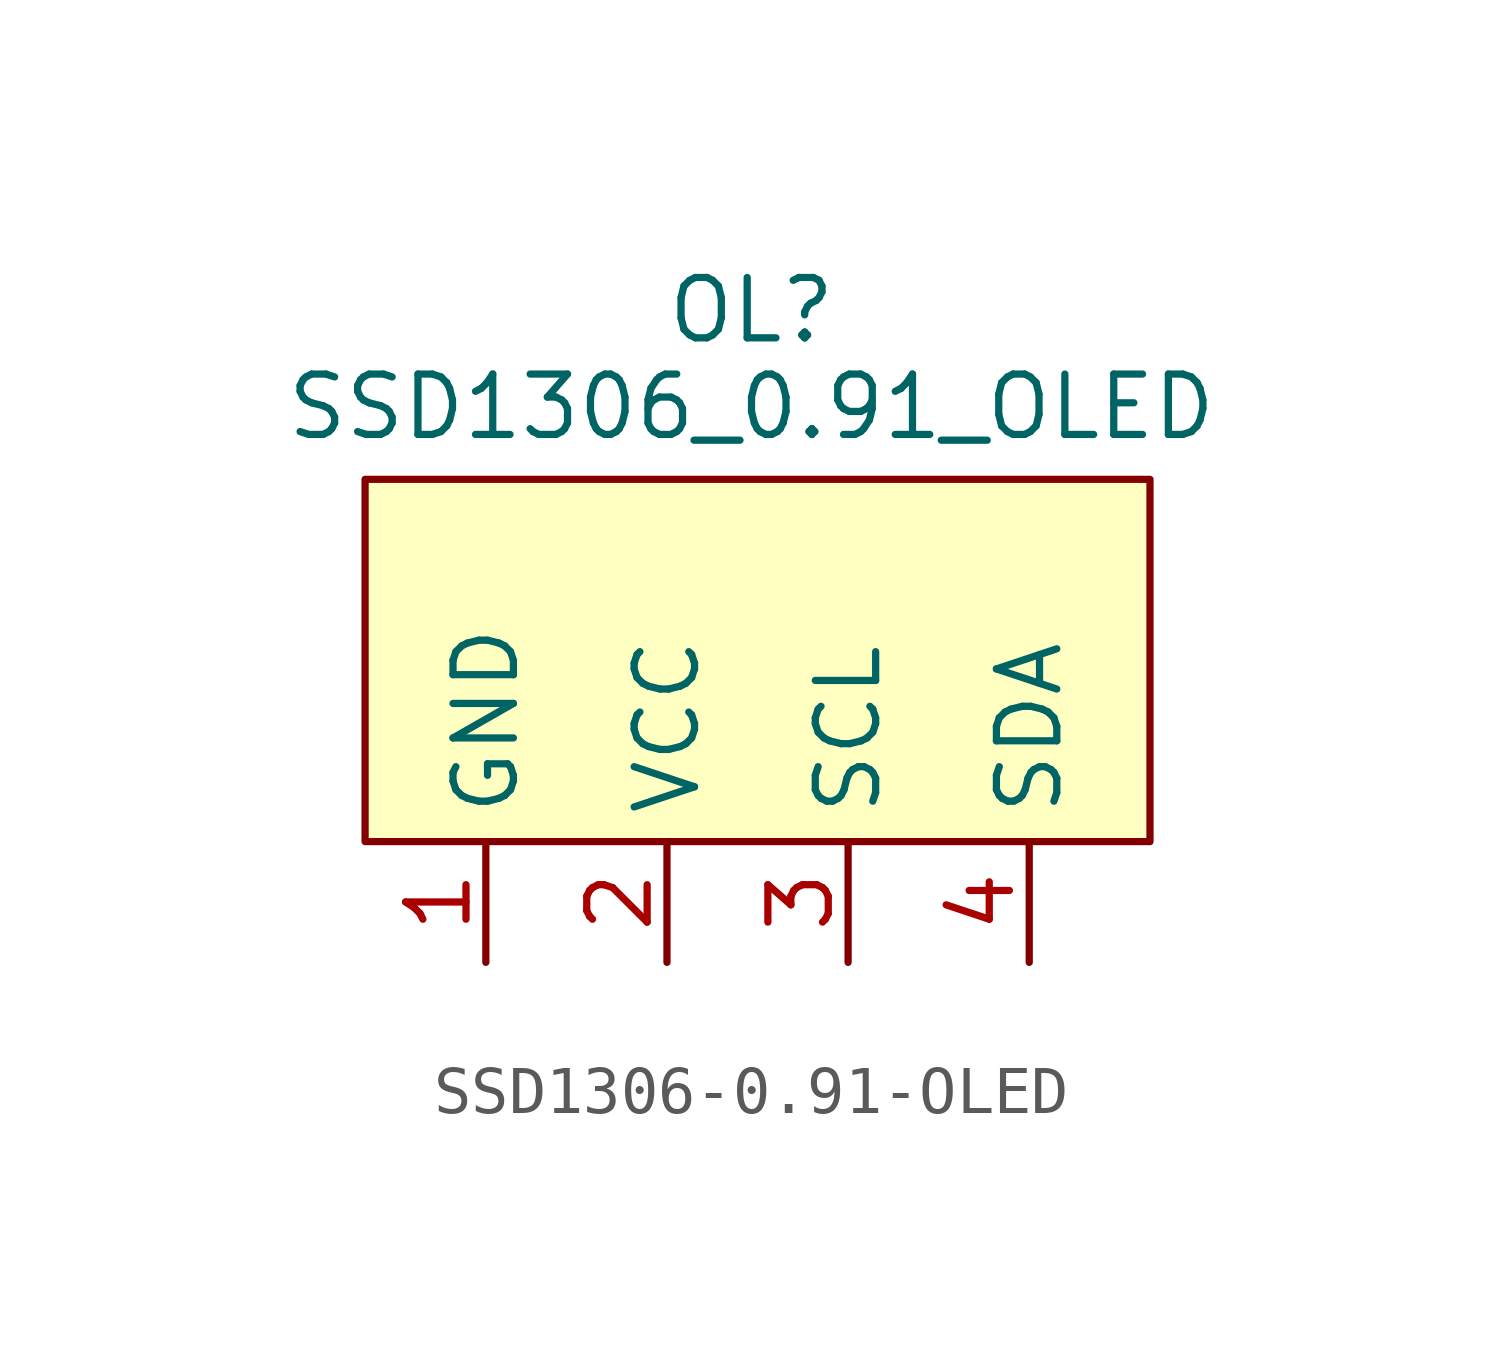
<source format=kicad_sym>
(kicad_symbol_lib
  (version 20241209)
  (generator "kicad_symbol_editor")
  (generator_version "9.0")
  (symbol "SSD1306-0.91-OLED"
    (property "Reference" "OL"
      (at 8.128 3.556 0)
      (effects (font (size 1.27 1.27))))
    (property "Value" "SSD1306_0.91_OLED"
      (at 8.128 1.524 0)
      (effects (font (size 1.27 1.27))))
    (symbol "SSD1306-0.91-OLED_1_1"
      (rectangle (start 0 0) (end 16.51 -7.62) (stroke (width 0) (type solid)) (fill (type background)))
      (pin passive line (at 2.54 -10.16 90) (length 2.54) (name "GND" (effects (font (size 1.27 1.27)))) (number "1" (effects (font (size 1.27 1.27)))))
      (pin passive line (at 6.35 -10.16 90) (length 2.54) (name "VCC" (effects (font (size 1.27 1.27)))) (number "2" (effects (font (size 1.27 1.27)))))
      (pin passive line (at 10.16 -10.16 90) (length 2.54) (name "SCL" (effects (font (size 1.27 1.27)))) (number "3" (effects (font (size 1.27 1.27)))))
      (pin passive line (at 13.97 -10.16 90) (length 2.54) (name "SDA" (effects (font (size 1.27 1.27)))) (number "4" (effects (font (size 1.27 1.27))))))))
</source>
